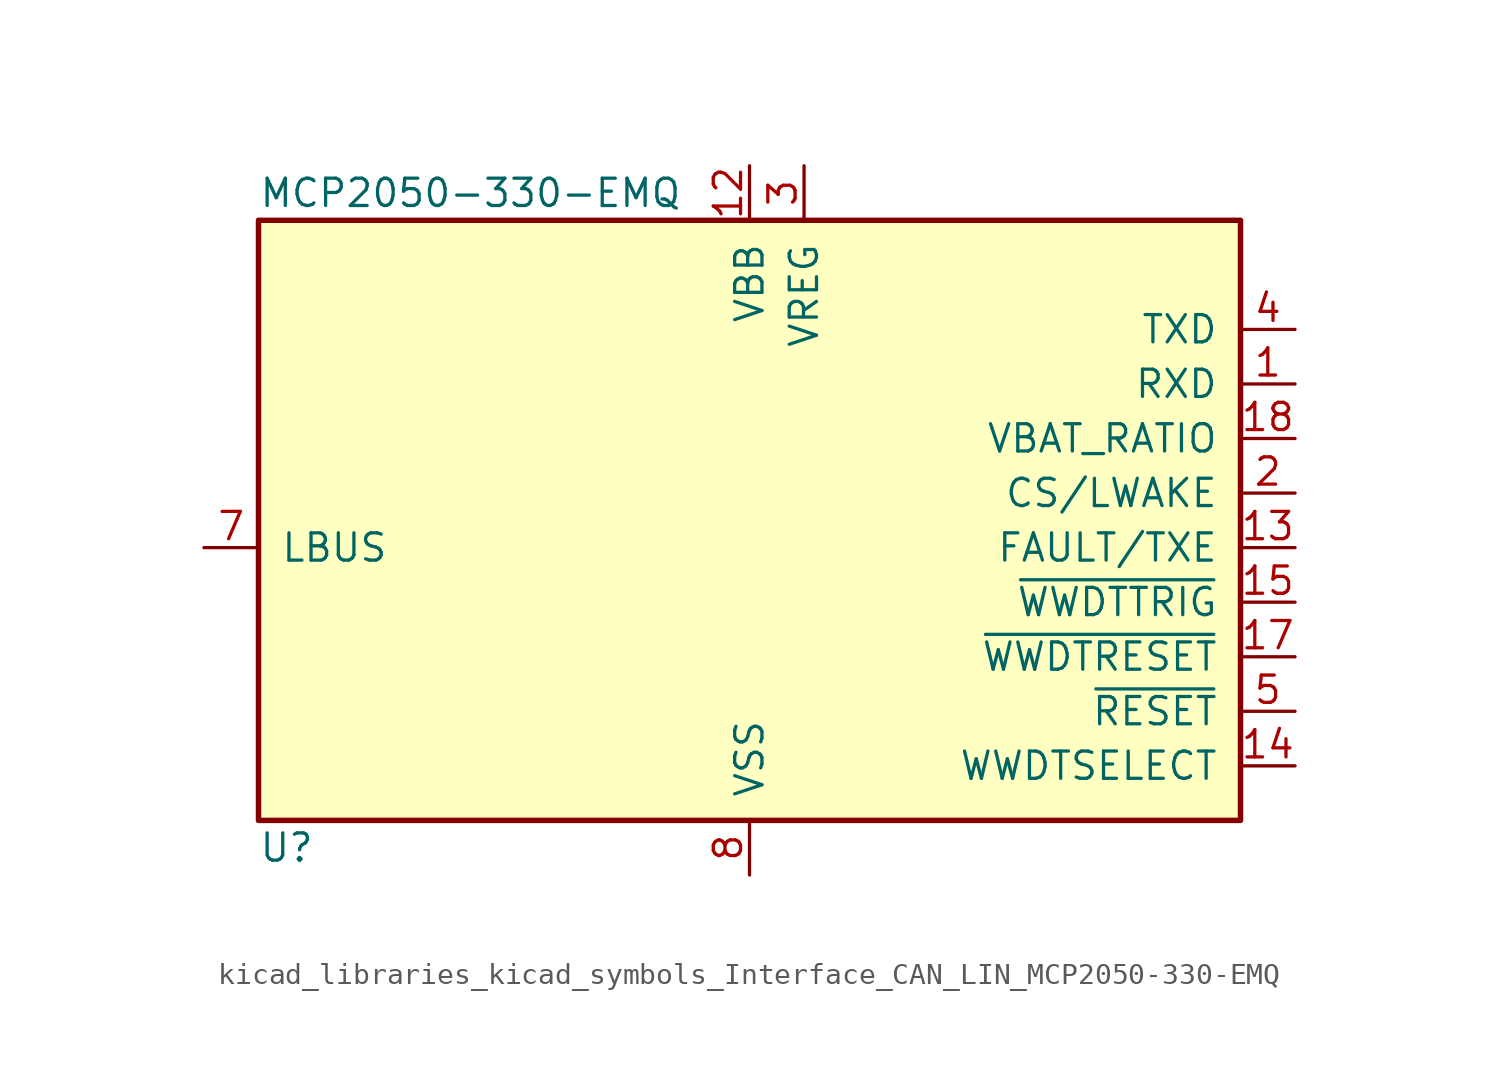
<source format=kicad_sym>
(kicad_symbol_lib
  (version 20220914)
  (generator kicad_symbol_editor)
  (symbol "kicad_libraries_kicad_symbols_Interface_CAN_LIN_MCP2050-330-EMQ"
    (pin_names
      (offset 1.016))
    (property "Reference" "U"
      (at -22.86 -13.97 0)
      (effects (font (size 1.27 1.27)) (justify left)))
    (property "Value" "MCP2050-330-EMQ"
      (at -22.86 16.51 0)
      (effects (font (size 1.27 1.27)) (justify left)))
    (symbol "kicad_libraries_kicad_symbols_Interface_CAN_LIN_MCP2050-330-EMQ_0_1"
      (rectangle (start -22.86 15.24) (end 22.86 -12.7) (stroke (width 0.254) (type default)) (fill (type background))))
    (symbol "kicad_libraries_kicad_symbols_Interface_CAN_LIN_MCP2050-330-EMQ_1_1"
      (pin output line (at 25.4 7.62 180) (length 2.54) (name "RXD" (effects (font (size 1.27 1.27)))) (number "1" (effects (font (size 1.27 1.27)))))
      (pin no_connect line (at -22.86 7.62 0) (length 2.54) hide (name "NC" (effects (font (size 1.27 1.27)))) (number "10" (effects (font (size 1.27 1.27)))))
      (pin no_connect line (at -22.86 5.08 0) (length 2.54) hide (name "NC" (effects (font (size 1.27 1.27)))) (number "11" (effects (font (size 1.27 1.27)))))
      (pin power_in line (at 0 17.78 270) (length 2.54) (name "VBB" (effects (font (size 1.27 1.27)))) (number "12" (effects (font (size 1.27 1.27)))))
      (pin open_collector line (at 25.4 0 180) (length 2.54) (name "FAULT/TXE" (effects (font (size 1.27 1.27)))) (number "13" (effects (font (size 1.27 1.27)))))
      (pin input line (at 25.4 -10.16 180) (length 2.54) (name "WWDTSELECT" (effects (font (size 1.27 1.27)))) (number "14" (effects (font (size 1.27 1.27)))))
      (pin input line (at 25.4 -2.54 180) (length 2.54) (name "~{WWDTTRIG}" (effects (font (size 1.27 1.27)))) (number "15" (effects (font (size 1.27 1.27)))))
      (pin no_connect line (at -22.86 2.54 0) (length 2.54) hide (name "NC" (effects (font (size 1.27 1.27)))) (number "16" (effects (font (size 1.27 1.27)))))
      (pin output line (at 25.4 -5.08 180) (length 2.54) (name "~{WWDTRESET}" (effects (font (size 1.27 1.27)))) (number "17" (effects (font (size 1.27 1.27)))))
      (pin output line (at 25.4 5.08 180) (length 2.54) (name "VBAT_RATIO" (effects (font (size 1.27 1.27)))) (number "18" (effects (font (size 1.27 1.27)))))
      (pin no_connect line (at -22.86 -2.54 0) (length 2.54) hide (name "NC" (effects (font (size 1.27 1.27)))) (number "19" (effects (font (size 1.27 1.27)))))
      (pin input line (at 25.4 2.54 180) (length 2.54) (name "CS/LWAKE" (effects (font (size 1.27 1.27)))) (number "2" (effects (font (size 1.27 1.27)))))
      (pin no_connect line (at -22.86 -5.08 0) (length 2.54) hide (name "NC" (effects (font (size 1.27 1.27)))) (number "20" (effects (font (size 1.27 1.27)))))
      (pin no_connect line (at -22.86 -7.62 0) (length 2.54) hide (name "PAD" (effects (font (size 1.27 1.27)))) (number "21" (effects (font (size 1.27 1.27)))))
      (pin power_out line (at 2.54 17.78 270) (length 2.54) (name "VREG" (effects (font (size 1.27 1.27)))) (number "3" (effects (font (size 1.27 1.27)))))
      (pin input line (at 25.4 10.16 180) (length 2.54) (name "TXD" (effects (font (size 1.27 1.27)))) (number "4" (effects (font (size 1.27 1.27)))))
      (pin output line (at 25.4 -7.62 180) (length 2.54) (name "~{RESET}" (effects (font (size 1.27 1.27)))) (number "5" (effects (font (size 1.27 1.27)))))
      (pin no_connect line (at -22.86 12.7 0) (length 2.54) hide (name "NC" (effects (font (size 1.27 1.27)))) (number "6" (effects (font (size 1.27 1.27)))))
      (pin open_collector line (at -25.4 0 0) (length 2.54) (name "LBUS" (effects (font (size 1.27 1.27)))) (number "7" (effects (font (size 1.27 1.27)))))
      (pin power_in line (at 0 -15.24 90) (length 2.54) (name "VSS" (effects (font (size 1.27 1.27)))) (number "8" (effects (font (size 1.27 1.27)))))
      (pin no_connect line (at -22.86 10.16 0) (length 2.54) hide (name "NC" (effects (font (size 1.27 1.27)))) (number "9" (effects (font (size 1.27 1.27))))))))
</source>
